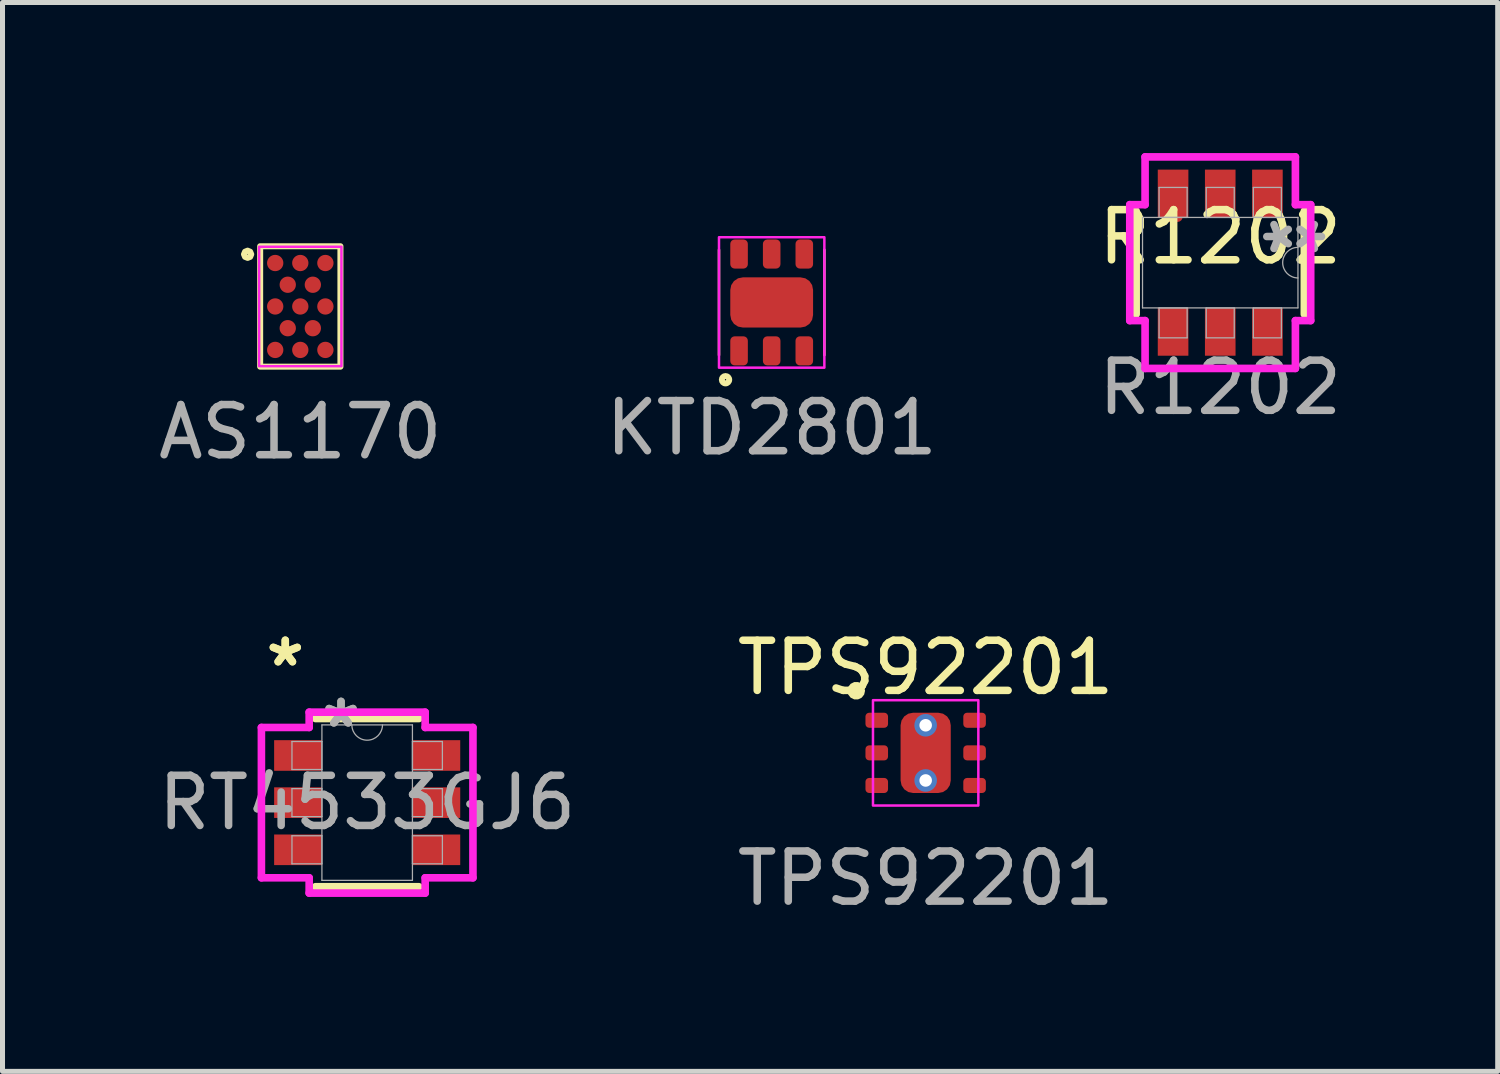
<source format=kicad_pcb>
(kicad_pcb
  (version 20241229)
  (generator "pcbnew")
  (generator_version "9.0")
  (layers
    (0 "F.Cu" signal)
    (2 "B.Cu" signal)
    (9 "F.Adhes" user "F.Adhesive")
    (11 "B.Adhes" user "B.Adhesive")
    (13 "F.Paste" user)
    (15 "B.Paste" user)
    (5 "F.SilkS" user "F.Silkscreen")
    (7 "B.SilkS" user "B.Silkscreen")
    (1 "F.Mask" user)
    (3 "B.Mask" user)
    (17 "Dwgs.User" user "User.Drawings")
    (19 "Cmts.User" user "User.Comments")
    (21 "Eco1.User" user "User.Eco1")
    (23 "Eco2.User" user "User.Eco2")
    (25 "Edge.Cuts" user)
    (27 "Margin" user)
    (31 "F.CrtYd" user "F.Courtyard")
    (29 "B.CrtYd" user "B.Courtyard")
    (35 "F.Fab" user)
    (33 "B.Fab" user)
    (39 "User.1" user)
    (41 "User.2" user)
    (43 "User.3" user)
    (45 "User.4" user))
  (footprint "RT4533GJ6"
    (layer "F.Cu")
    (at 4.268 12.947)
    (property "Reference" "RT4533GJ6" (at 0 0 0) (unlocked yes) (layer "User.2") (effects (font (size 1 1) (thickness 0.15))))
    (attr smd)
    (fp_line (start -1.029 1.676) (end 1.029 1.676) (stroke (width 0.152) (type solid)) (layer "F.SilkS"))
    (fp_line (start 1.029 -1.676) (end -1.029 -1.676) (stroke (width 0.152) (type solid)) (layer "F.SilkS"))
    (fp_line (start -2.108 -1.498) (end -1.156 -1.498) (stroke (width 0.152) (type solid)) (layer "F.CrtYd"))
    (fp_line (start -2.108 1.498) (end -2.108 -1.498) (stroke (width 0.152) (type solid)) (layer "F.CrtYd"))
    (fp_line (start -2.108 1.498) (end -1.156 1.498) (stroke (width 0.152) (type solid)) (layer "F.CrtYd"))
    (fp_line (start -1.156 -1.803) (end 1.156 -1.803) (stroke (width 0.152) (type solid)) (layer "F.CrtYd"))
    (fp_line (start -1.156 -1.498) (end -1.156 -1.803) (stroke (width 0.152) (type solid)) (layer "F.CrtYd"))
    (fp_line (start -1.156 1.803) (end -1.156 1.498) (stroke (width 0.152) (type solid)) (layer "F.CrtYd"))
    (fp_line (start 1.156 -1.803) (end 1.156 -1.498) (stroke (width 0.152) (type solid)) (layer "F.CrtYd"))
    (fp_line (start 1.156 1.498) (end 1.156 1.803) (stroke (width 0.152) (type solid)) (layer "F.CrtYd"))
    (fp_line (start 1.156 1.803) (end -1.156 1.803) (stroke (width 0.152) (type solid)) (layer "F.CrtYd"))
    (fp_line (start 2.108 -1.498) (end 1.156 -1.498) (stroke (width 0.152) (type solid)) (layer "F.CrtYd"))
    (fp_line (start 2.108 -1.498) (end 2.108 1.498) (stroke (width 0.152) (type solid)) (layer "F.CrtYd"))
    (fp_line (start 2.108 1.498) (end 1.156 1.498) (stroke (width 0.152) (type solid)) (layer "F.CrtYd"))
    (fp_line (start -1.499 -1.219) (end -1.499 -0.66) (stroke (width 0.025) (type solid)) (layer "F.Fab"))
    (fp_line (start -1.499 -0.66) (end -0.902 -0.66) (stroke (width 0.025) (type solid)) (layer "F.Fab"))
    (fp_line (start -1.499 -0.279) (end -1.499 0.279) (stroke (width 0.025) (type solid)) (layer "F.Fab"))
    (fp_line (start -1.499 0.279) (end -0.902 0.279) (stroke (width 0.025) (type solid)) (layer "F.Fab"))
    (fp_line (start -1.499 0.66) (end -1.499 1.219) (stroke (width 0.025) (type solid)) (layer "F.Fab"))
    (fp_line (start -1.499 1.219) (end -0.902 1.219) (stroke (width 0.025) (type solid)) (layer "F.Fab"))
    (fp_line (start -0.902 -1.549) (end -0.902 1.549) (stroke (width 0.025) (type solid)) (layer "F.Fab"))
    (fp_line (start -0.902 -1.219) (end -1.499 -1.219) (stroke (width 0.025) (type solid)) (layer "F.Fab"))
    (fp_line (start -0.902 -0.66) (end -0.902 -1.219) (stroke (width 0.025) (type solid)) (layer "F.Fab"))
    (fp_line (start -0.902 -0.279) (end -1.499 -0.279) (stroke (width 0.025) (type solid)) (layer "F.Fab"))
    (fp_line (start -0.902 0.279) (end -0.902 -0.279) (stroke (width 0.025) (type solid)) (layer "F.Fab"))
    (fp_line (start -0.902 0.66) (end -1.499 0.66) (stroke (width 0.025) (type solid)) (layer "F.Fab"))
    (fp_line (start -0.902 1.219) (end -0.902 0.66) (stroke (width 0.025) (type solid)) (layer "F.Fab"))
    (fp_line (start -0.902 1.549) (end 0.902 1.549) (stroke (width 0.025) (type solid)) (layer "F.Fab"))
    (fp_line (start 0.902 -1.549) (end -0.902 -1.549) (stroke (width 0.025) (type solid)) (layer "F.Fab"))
    (fp_line (start 0.902 -1.219) (end 0.902 -0.66) (stroke (width 0.025) (type solid)) (layer "F.Fab"))
    (fp_line (start 0.902 -0.66) (end 1.499 -0.66) (stroke (width 0.025) (type solid)) (layer "F.Fab"))
    (fp_line (start 0.902 -0.279) (end 0.902 0.279) (stroke (width 0.025) (type solid)) (layer "F.Fab"))
    (fp_line (start 0.902 0.279) (end 1.499 0.279) (stroke (width 0.025) (type solid)) (layer "F.Fab"))
    (fp_line (start 0.902 0.66) (end 0.902 1.219) (stroke (width 0.025) (type solid)) (layer "F.Fab"))
    (fp_line (start 0.902 1.219) (end 1.499 1.219) (stroke (width 0.025) (type solid)) (layer "F.Fab"))
    (fp_line (start 0.902 1.549) (end 0.902 -1.549) (stroke (width 0.025) (type solid)) (layer "F.Fab"))
    (fp_line (start 1.499 -1.219) (end 0.902 -1.219) (stroke (width 0.025) (type solid)) (layer "F.Fab"))
    (fp_line (start 1.499 -0.66) (end 1.499 -1.219) (stroke (width 0.025) (type solid)) (layer "F.Fab"))
    (fp_line (start 1.499 -0.279) (end 0.902 -0.279) (stroke (width 0.025) (type solid)) (layer "F.Fab"))
    (fp_line (start 1.499 0.279) (end 1.499 -0.279) (stroke (width 0.025) (type solid)) (layer "F.Fab"))
    (fp_line (start 1.499 0.66) (end 0.902 0.66) (stroke (width 0.025) (type solid)) (layer "F.Fab"))
    (fp_line (start 1.499 1.219) (end 1.499 0.66) (stroke (width 0.025) (type solid)) (layer "F.Fab"))
    (fp_arc (start 0.3048 -1.5494) (mid 0 -1.2446) (end -0.3048 -1.5494) (stroke (width 0.0254) (type solid)) (layer "F.Fab"))
    (fp_text user "*" (at -1.632 -2.692 0) (unlocked yes) (layer "F.SilkS") (effects (font (size 1 1) (thickness 0.15))))
    (fp_text user "*" (at -1.632 -2.692 0) (layer "F.SilkS") (effects (font (size 1 1) (thickness 0.15))))
    (fp_text user "*" (at -0.521 -1.473 0) (unlocked yes) (layer "F.Fab") (effects (font (size 1 1) (thickness 0.15))))
    (fp_text user "${REFERENCE}" (at 0 0 0) (unlocked yes) (layer "F.Fab") (effects (font (size 1 1) (thickness 0.15))))
    (fp_text user "*" (at -0.521 -1.473 0) (layer "F.Fab") (effects (font (size 1 1) (thickness 0.15))))
    (pad "1" smd rect (at -1.378 -0.94) (size 0.953 0.61) (layers "F.Cu" "F.Mask" "F.Paste"))
    (pad "2" smd rect (at -1.378 0) (size 0.953 0.61) (layers "F.Cu" "F.Mask" "F.Paste"))
    (pad "3" smd rect (at -1.378 0.94) (size 0.953 0.61) (layers "F.Cu" "F.Mask" "F.Paste"))
    (pad "4" smd rect (at 1.378 0.94) (size 0.953 0.61) (layers "F.Cu" "F.Mask" "F.Paste"))
    (pad "5" smd rect (at 1.378 0) (size 0.953 0.61) (layers "F.Cu" "F.Mask" "F.Paste"))
    (pad "6" smd rect (at 1.378 -0.94) (size 0.953 0.61) (layers "F.Cu" "F.Mask" "F.Paste")))
  (footprint "KTD2801"
    (layer "F.Cu")
    (at 12.33 2.978)
    (property "Reference" "KTD2801" (at 0 -2.13 0) (unlocked yes) (layer "User.2") (effects (font (size 1 1) (thickness 0.15))))
    (attr smd)
    (fp_line (start -1.05 -1.05) (end -1.05 1.05) (stroke (width 0.05) (type default)) (layer "F.SilkS"))
    (fp_line (start 1.05 -1.05) (end 1.05 1.05) (stroke (width 0.05) (type default)) (layer "F.SilkS"))
    (fp_circle (center -0.92 1.54) (end -0.85 1.56) (stroke (width 0.12) (type default)) (fill no) (layer "F.SilkS"))
    (fp_rect (start -1.05 -1.3) (end 1.05 1.3) (stroke (width 0.05) (type default)) (fill no) (layer "F.CrtYd"))
    (fp_text user "${REFERENCE}" (at 0 2.5 0) (unlocked yes) (layer "F.Fab") (effects (font (size 1 1) (thickness 0.15))))
    (pad "1" smd roundrect (at -0.65 0.965) (size 0.35 0.58) (layers "F.Cu" "F.Mask" "F.Paste") (roundrect_rratio 0.25))
    (pad "2" smd roundrect (at 0 0.965) (size 0.35 0.58) (layers "F.Cu" "F.Mask" "F.Paste") (roundrect_rratio 0.25))
    (pad "3" smd roundrect (at 0.65 0.965) (size 0.35 0.58) (layers "F.Cu" "F.Mask" "F.Paste") (roundrect_rratio 0.25))
    (pad "4" smd roundrect (at 0.65 -0.965) (size 0.35 0.58) (layers "F.Cu" "F.Mask" "F.Paste") (roundrect_rratio 0.25))
    (pad "5" smd roundrect (at 0 -0.965) (size 0.35 0.58) (layers "F.Cu" "F.Mask" "F.Paste") (roundrect_rratio 0.25))
    (pad "5" smd roundrect (at 0 0) (size 1.65 1) (layers "F.Cu" "F.Mask" "F.Paste") (roundrect_rratio 0.25))
    (pad "6" smd roundrect (at -0.65 -0.965) (size 0.35 0.58) (layers "F.Cu" "F.Mask" "F.Paste") (roundrect_rratio 0.25)))
  (footprint "AS1170"
    (layer "F.Cu")
    (at 2.935 3.058)
    (property "Reference" "AS1170" (at 0.05 -2.21 0) (unlocked yes) (layer "User.2") (effects (font (size 1 1) (thickness 0.15))))
    (attr smd)
    (fp_rect (start -0.8 -1.2) (end 0.8 1.2) (stroke (width 0.12) (type default)) (fill no) (layer "F.SilkS"))
    (fp_poly (pts (xy -0.978 -1.04) (xy -0.999 -1.091) (xy -1.05 -1.112) (xy -1.101 -1.091) (xy -1.122 -1.04) (xy -1.101 -0.989) (xy -1.05 -0.968) (xy -0.999 -0.989) (xy -0.978 -1.04)) (stroke (width 0.12) (type solid)) (fill no) (layer "F.SilkS"))
    (fp_rect (start -0.82 -1.19) (end 0.82 1.19) (stroke (width 0.05) (type default)) (fill no) (layer "F.CrtYd"))
    (fp_text user "${REFERENCE}" (at 0 2.5 0) (unlocked yes) (layer "F.Fab") (effects (font (size 1 1) (thickness 0.15))))
    (pad "A1" smd circle (at -0.5 -0.866) (size 0.325 0.325) (layers "F.Cu" "F.Mask" "F.Paste"))
    (pad "A2" smd circle (at 0 -0.866) (size 0.325 0.325) (layers "F.Cu" "F.Mask" "F.Paste"))
    (pad "A3" smd circle (at 0.5 -0.866) (size 0.325 0.325) (layers "F.Cu" "F.Mask" "F.Paste"))
    (pad "B1" smd circle (at -0.25 -0.433) (size 0.325 0.325) (layers "F.Cu" "F.Mask" "F.Paste"))
    (pad "B2" smd circle (at 0.25 -0.433) (size 0.325 0.325) (layers "F.Cu" "F.Mask" "F.Paste"))
    (pad "C1" smd circle (at -0.5 0) (size 0.325 0.325) (layers "F.Cu" "F.Mask" "F.Paste"))
    (pad "C2" smd circle (at 0 0) (size 0.325 0.325) (layers "F.Cu" "F.Mask" "F.Paste"))
    (pad "C3" smd circle (at 0.5 0) (size 0.325 0.325) (layers "F.Cu" "F.Mask" "F.Paste"))
    (pad "D1" smd circle (at -0.25 0.433) (size 0.325 0.325) (layers "F.Cu" "F.Mask" "F.Paste"))
    (pad "D2" smd circle (at 0.25 0.433) (size 0.325 0.325) (layers "F.Cu" "F.Mask" "F.Paste"))
    (pad "E1" smd circle (at -0.5 0.866) (size 0.325 0.325) (layers "F.Cu" "F.Mask" "F.Paste"))
    (pad "E2" smd circle (at 0 0.866) (size 0.325 0.325) (layers "F.Cu" "F.Mask" "F.Paste"))
    (pad "E3" smd circle (at 0.5 0.866) (size 0.325 0.325) (layers "F.Cu" "F.Mask" "F.Paste")))
  (footprint "R1202"
    (layer "F.Cu")
    (at 21.27 2.173)
    (property "Reference" "R1202" (at 0 -0.5 0) (unlocked yes) (layer "F.SilkS") (effects (font (size 1 1) (thickness 0.15))))
    (attr smd)
    (fp_line (start -1.676 -1.017) (end -1.676 1.04) (stroke (width 0.152) (type solid)) (layer "F.SilkS"))
    (fp_line (start 1.676 1.04) (end 1.676 -1.017) (stroke (width 0.152) (type solid)) (layer "F.SilkS"))
    (fp_line (start -1.803 -1.144) (end -1.498 -1.144) (stroke (width 0.152) (type solid)) (layer "F.CrtYd"))
    (fp_line (start -1.803 1.167) (end -1.803 -1.144) (stroke (width 0.152) (type solid)) (layer "F.CrtYd"))
    (fp_line (start -1.498 -2.096) (end -1.498 -1.144) (stroke (width 0.152) (type solid)) (layer "F.CrtYd"))
    (fp_line (start -1.498 -2.096) (end 1.498 -2.096) (stroke (width 0.152) (type solid)) (layer "F.CrtYd"))
    (fp_line (start -1.498 1.167) (end -1.803 1.167) (stroke (width 0.152) (type solid)) (layer "F.CrtYd"))
    (fp_line (start -1.498 2.12) (end -1.498 1.167) (stroke (width 0.152) (type solid)) (layer "F.CrtYd"))
    (fp_line (start 1.498 -2.096) (end 1.498 -1.144) (stroke (width 0.152) (type solid)) (layer "F.CrtYd"))
    (fp_line (start 1.498 -1.144) (end 1.803 -1.144) (stroke (width 0.152) (type solid)) (layer "F.CrtYd"))
    (fp_line (start 1.498 2.12) (end -1.498 2.12) (stroke (width 0.152) (type solid)) (layer "F.CrtYd"))
    (fp_line (start 1.498 2.12) (end 1.498 1.167) (stroke (width 0.152) (type solid)) (layer "F.CrtYd"))
    (fp_line (start 1.803 -1.144) (end 1.803 1.167) (stroke (width 0.152) (type solid)) (layer "F.CrtYd"))
    (fp_line (start 1.803 1.167) (end 1.498 1.167) (stroke (width 0.152) (type solid)) (layer "F.CrtYd"))
    (fp_line (start -1.549 -0.89) (end -1.549 0.913) (stroke (width 0.025) (type solid)) (layer "F.Fab"))
    (fp_line (start -1.549 0.913) (end 1.549 0.913) (stroke (width 0.025) (type solid)) (layer "F.Fab"))
    (fp_line (start -1.219 -1.487) (end -1.219 -0.89) (stroke (width 0.025) (type solid)) (layer "F.Fab"))
    (fp_line (start -1.219 -0.89) (end -0.66 -0.89) (stroke (width 0.025) (type solid)) (layer "F.Fab"))
    (fp_line (start -1.219 0.913) (end -1.219 1.51) (stroke (width 0.025) (type solid)) (layer "F.Fab"))
    (fp_line (start -1.219 1.51) (end -0.66 1.51) (stroke (width 0.025) (type solid)) (layer "F.Fab"))
    (fp_line (start -0.66 -1.487) (end -1.219 -1.487) (stroke (width 0.025) (type solid)) (layer "F.Fab"))
    (fp_line (start -0.66 -0.89) (end -0.66 -1.487) (stroke (width 0.025) (type solid)) (layer "F.Fab"))
    (fp_line (start -0.66 0.913) (end -1.219 0.913) (stroke (width 0.025) (type solid)) (layer "F.Fab"))
    (fp_line (start -0.66 1.51) (end -0.66 0.913) (stroke (width 0.025) (type solid)) (layer "F.Fab"))
    (fp_line (start -0.279 -1.487) (end -0.279 -0.89) (stroke (width 0.025) (type solid)) (layer "F.Fab"))
    (fp_line (start -0.279 -0.89) (end 0.279 -0.89) (stroke (width 0.025) (type solid)) (layer "F.Fab"))
    (fp_line (start -0.279 0.913) (end -0.279 1.51) (stroke (width 0.025) (type solid)) (layer "F.Fab"))
    (fp_line (start -0.279 1.51) (end 0.279 1.51) (stroke (width 0.025) (type solid)) (layer "F.Fab"))
    (fp_line (start 0.279 -1.487) (end -0.279 -1.487) (stroke (width 0.025) (type solid)) (layer "F.Fab"))
    (fp_line (start 0.279 -0.89) (end 0.279 -1.487) (stroke (width 0.025) (type solid)) (layer "F.Fab"))
    (fp_line (start 0.279 0.913) (end -0.279 0.913) (stroke (width 0.025) (type solid)) (layer "F.Fab"))
    (fp_line (start 0.279 1.51) (end 0.279 0.913) (stroke (width 0.025) (type solid)) (layer "F.Fab"))
    (fp_line (start 0.66 -1.487) (end 0.66 -0.89) (stroke (width 0.025) (type solid)) (layer "F.Fab"))
    (fp_line (start 0.66 -0.89) (end 1.219 -0.89) (stroke (width 0.025) (type solid)) (layer "F.Fab"))
    (fp_line (start 0.66 0.913) (end 0.66 1.51) (stroke (width 0.025) (type solid)) (layer "F.Fab"))
    (fp_line (start 0.66 1.51) (end 1.219 1.51) (stroke (width 0.025) (type solid)) (layer "F.Fab"))
    (fp_line (start 1.219 -1.487) (end 0.66 -1.487) (stroke (width 0.025) (type solid)) (layer "F.Fab"))
    (fp_line (start 1.219 -0.89) (end 1.219 -1.487) (stroke (width 0.025) (type solid)) (layer "F.Fab"))
    (fp_line (start 1.219 0.913) (end 0.66 0.913) (stroke (width 0.025) (type solid)) (layer "F.Fab"))
    (fp_line (start 1.219 1.51) (end 1.219 0.913) (stroke (width 0.025) (type solid)) (layer "F.Fab"))
    (fp_line (start 1.549 -0.89) (end -1.549 -0.89) (stroke (width 0.025) (type solid)) (layer "F.Fab"))
    (fp_line (start 1.549 0.913) (end 1.549 -0.89) (stroke (width 0.025) (type solid)) (layer "F.Fab"))
    (fp_arc (start 1.5494 0.3165) (mid 1.2446 0.0117) (end 1.5494 -0.2931) (stroke (width 0.0254) (type solid)) (layer "F.Fab"))
    (fp_text user "${REFERENCE}" (at 0 2.5 0) (unlocked yes) (layer "F.Fab") (effects (font (size 1 1) (thickness 0.15))))
    (fp_text user "*" (at 1.473 -0.509 270) (layer "F.Fab") (effects (font (size 1 1) (thickness 0.15))))
    (fp_text user "*" (at 1.473 -0.509 270) (unlocked yes) (layer "F.Fab") (effects (font (size 1 1) (thickness 0.15))))
    (pad "1" smd roundrect (at -0.95 -1.1) (size 0.4 0.6) (layers "F.Cu" "F.Mask" "F.Paste") (roundrect_rratio 0.25))
    (pad "1" smd rect (at 0.94 -1.366 270) (size 0.953 0.61) (layers "F.Cu" "F.Mask" "F.Paste"))
    (pad "2" smd rect (at 0 -1.366 270) (size 0.953 0.61) (layers "F.Cu" "F.Mask" "F.Paste"))
    (pad "3" smd rect (at -0.94 -1.366 270) (size 0.953 0.61) (layers "F.Cu" "F.Mask" "F.Paste"))
    (pad "4" smd rect (at -0.94 1.39 270) (size 0.953 0.61) (layers "F.Cu" "F.Mask" "F.Paste"))
    (pad "5" smd rect (at 0 1.39 270) (size 0.953 0.61) (layers "F.Cu" "F.Mask" "F.Paste"))
    (pad "6" smd rect (at 0.94 1.39 270) (size 0.953 0.61) (layers "F.Cu" "F.Mask" "F.Paste")))
  (footprint "TPS92201"
    (layer "F.Cu")
    (at 15.399 11.955)
    (property "Reference" "TPS92201" (at 0 -1.7 0) (unlocked yes) (layer "F.SilkS") (effects (font (size 1 1) (thickness 0.15))))
    (attr smd)
    (fp_poly (pts (xy -1.208 -1.238) (xy -1.226 -1.315) (xy -1.275 -1.376) (xy -1.346 -1.411) (xy -1.425 -1.411) (xy -1.495 -1.376) (xy -1.544 -1.315) (xy -1.562 -1.238) (xy -1.544 -1.162) (xy -1.495 -1.1) (xy -1.425 -1.066) (xy -1.346 -1.066) (xy -1.275 -1.1) (xy -1.226 -1.162) (xy -1.208 -1.238)) (stroke (width 0) (type solid)) (fill yes) (layer "F.SilkS"))
    (fp_rect (start -1.05 -1.05) (end 1.05 1.05) (stroke (width 0.05) (type default)) (fill no) (layer "F.CrtYd"))
    (fp_text user "${REFERENCE}" (at 0 2.5 0) (unlocked yes) (layer "F.Fab") (effects (font (size 1 1) (thickness 0.15))))
    (pad "" smd roundrect (at -0.975 -0.65) (size 0.45 0.3) (layers "F.Paste") (roundrect_rratio 0.25))
    (pad "" smd roundrect (at -0.975 0) (size 0.45 0.3) (layers "F.Paste") (roundrect_rratio 0.25))
    (pad "" smd roundrect (at -0.975 0.65) (size 0.45 0.3) (layers "F.Paste") (roundrect_rratio 0.25))
    (pad "" smd roundrect (at 0 -0.45) (size 1 0.7) (layers "F.Paste") (roundrect_rratio 0.25))
    (pad "" smd roundrect (at 0 0.45) (size 1 0.7) (layers "F.Paste") (roundrect_rratio 0.25))
    (pad "" smd roundrect (at 0.975 -0.65) (size 0.45 0.3) (layers "F.Paste") (roundrect_rratio 0.25))
    (pad "" smd roundrect (at 0.975 0) (size 0.45 0.3) (layers "F.Paste") (roundrect_rratio 0.25))
    (pad "" smd roundrect (at 0.975 0.65) (size 0.45 0.3) (layers "F.Paste") (roundrect_rratio 0.25))
    (pad "1" smd roundrect (at -0.975 -0.65) (size 0.45 0.3) (layers "F.Cu" "F.Mask") (roundrect_rratio 0.25))
    (pad "2" smd roundrect (at -0.975 0) (size 0.45 0.3) (layers "F.Cu" "F.Mask") (roundrect_rratio 0.25))
    (pad "3" smd roundrect (at -0.975 0.65) (size 0.45 0.3) (layers "F.Cu" "F.Mask") (roundrect_rratio 0.25))
    (pad "4" smd roundrect (at 0.975 0.65) (size 0.45 0.3) (layers "F.Cu" "F.Mask") (roundrect_rratio 0.25))
    (pad "5" smd roundrect (at 0.975 0) (size 0.45 0.3) (layers "F.Cu" "F.Mask") (roundrect_rratio 0.25))
    (pad "6" smd roundrect (at 0.975 -0.65) (size 0.45 0.3) (layers "F.Cu" "F.Mask") (roundrect_rratio 0.25))
    (pad "EXP" thru_hole circle (at 0 -0.55) (size 0.45 0.45) (drill 0.25) (layers "*.Cu" "*.Mask"))
    (pad "EXP" smd roundrect (at 0 0) (size 1 1.6) (layers "F.Cu" "F.Mask") (roundrect_rratio 0.25))
    (pad "EXP" thru_hole circle (at 0 0.55) (size 0.45 0.45) (drill 0.25) (layers "*.Cu" "*.Mask")))
  (gr_rect
    (start -3 -3)
    (end 26.8 18.303)
    (stroke (width 0.1) (type default))
    (fill no)
    (layer "Edge.Cuts")))
</source>
